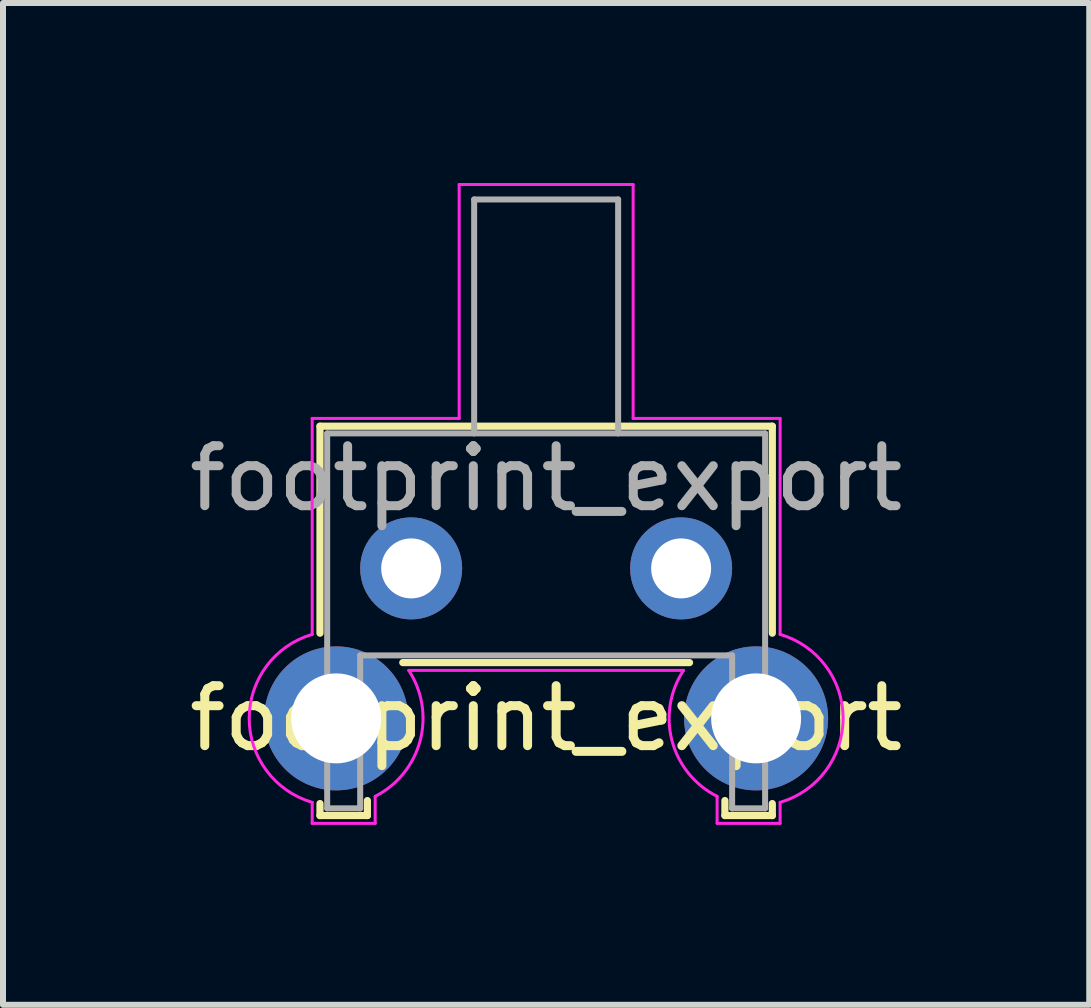
<source format=kicad_pcb>
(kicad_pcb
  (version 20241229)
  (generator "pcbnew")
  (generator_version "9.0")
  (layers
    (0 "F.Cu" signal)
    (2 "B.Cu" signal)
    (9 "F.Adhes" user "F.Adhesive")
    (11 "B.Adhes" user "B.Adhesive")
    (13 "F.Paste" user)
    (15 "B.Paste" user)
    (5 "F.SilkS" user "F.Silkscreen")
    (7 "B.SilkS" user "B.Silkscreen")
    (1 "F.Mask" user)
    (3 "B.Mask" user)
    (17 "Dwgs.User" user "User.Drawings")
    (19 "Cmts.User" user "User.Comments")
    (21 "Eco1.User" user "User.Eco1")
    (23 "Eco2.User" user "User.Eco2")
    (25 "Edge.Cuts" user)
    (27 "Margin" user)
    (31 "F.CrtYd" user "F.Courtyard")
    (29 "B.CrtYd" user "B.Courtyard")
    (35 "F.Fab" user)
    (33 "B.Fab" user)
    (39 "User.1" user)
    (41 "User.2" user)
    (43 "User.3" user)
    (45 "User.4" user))
  (footprint "footprint_export"
    (layer "F.Cu")
    (at 3.804 6.425)
    (property "Reference" "footprint_export" (at 2.25 2.5 0) (layer "F.SilkS") (effects (font (size 1 1) (thickness 0.15))))
    (attr through_hole)
    (fp_line (start -1.52 -2.37) (end -1.52 1.08) (stroke (width 0.12) (type solid)) (layer "F.SilkS"))
    (fp_line (start -1.52 3.92) (end -1.52 4.12) (stroke (width 0.12) (type solid)) (layer "F.SilkS"))
    (fp_line (start -0.73 4.12) (end -1.52 4.12) (stroke (width 0.12) (type solid)) (layer "F.SilkS"))
    (fp_line (start -0.73 4.12) (end -0.73 3.87) (stroke (width 0.12) (type solid)) (layer "F.SilkS"))
    (fp_line (start -0.14 1.57) (end 4.64 1.57) (stroke (width 0.12) (type solid)) (layer "F.SilkS"))
    (fp_line (start 5.23 4.12) (end 5.23 3.87) (stroke (width 0.12) (type solid)) (layer "F.SilkS"))
    (fp_line (start 6.02 -2.37) (end -1.52 -2.37) (stroke (width 0.12) (type solid)) (layer "F.SilkS"))
    (fp_line (start 6.02 1.08) (end 6.02 -2.37) (stroke (width 0.12) (type solid)) (layer "F.SilkS"))
    (fp_line (start 6.02 3.92) (end 6.02 4.12) (stroke (width 0.12) (type solid)) (layer "F.SilkS"))
    (fp_line (start 6.02 4.12) (end 5.23 4.12) (stroke (width 0.12) (type solid)) (layer "F.SilkS"))
    (fp_line (start -1.65 1.1) (end -1.65 -2.5) (stroke (width 0.05) (type solid)) (layer "F.CrtYd"))
    (fp_line (start -1.65 4.25) (end -1.65 3.9) (stroke (width 0.05) (type solid)) (layer "F.CrtYd"))
    (fp_line (start -0.6 4.25) (end -1.65 4.25) (stroke (width 0.05) (type solid)) (layer "F.CrtYd"))
    (fp_line (start -0.6 4.25) (end -0.6 3.8) (stroke (width 0.05) (type solid)) (layer "F.CrtYd"))
    (fp_line (start -0.04 1.7) (end 4.54 1.7) (stroke (width 0.05) (type solid)) (layer "F.CrtYd"))
    (fp_line (start 0.8 -6.4) (end 0.8 -2.5) (stroke (width 0.05) (type solid)) (layer "F.CrtYd"))
    (fp_line (start 0.8 -2.5) (end -1.65 -2.5) (stroke (width 0.05) (type solid)) (layer "F.CrtYd"))
    (fp_line (start 3.7 -6.4) (end 0.8 -6.4) (stroke (width 0.05) (type solid)) (layer "F.CrtYd"))
    (fp_line (start 3.7 -2.5) (end 3.7 -6.4) (stroke (width 0.05) (type solid)) (layer "F.CrtYd"))
    (fp_line (start 5.1 4.25) (end 5.1 3.8) (stroke (width 0.05) (type solid)) (layer "F.CrtYd"))
    (fp_line (start 5.1 4.25) (end 6.15 4.25) (stroke (width 0.05) (type solid)) (layer "F.CrtYd"))
    (fp_line (start 6.15 -2.5) (end 3.7 -2.5) (stroke (width 0.05) (type solid)) (layer "F.CrtYd"))
    (fp_line (start 6.15 1.1) (end 6.15 -2.5) (stroke (width 0.05) (type solid)) (layer "F.CrtYd"))
    (fp_line (start 6.15 4.25) (end 6.15 3.9) (stroke (width 0.05) (type solid)) (layer "F.CrtYd"))
    (fp_arc (start -1.65 3.9) (mid -2.7 2.5) (end -1.65 1.1) (stroke (width 0.05) (type solid)) (layer "F.CrtYd"))
    (fp_arc (start -0.04 1.7) (mid 0.15 2.87) (end -0.6 3.8) (stroke (width 0.05) (type solid)) (layer "F.CrtYd"))
    (fp_arc (start 5.1 3.8) (mid 4.35 2.88) (end 4.54 1.7) (stroke (width 0.05) (type solid)) (layer "F.CrtYd"))
    (fp_arc (start 6.15 1.1) (mid 7.2 2.5) (end 6.15 3.9) (stroke (width 0.05) (type solid)) (layer "F.CrtYd"))
    (fp_line (start -1.4 4) (end -1.4 -2.25) (stroke (width 0.1) (type solid)) (layer "F.Fab"))
    (fp_line (start -0.85 1.45) (end -0.85 4) (stroke (width 0.1) (type solid)) (layer "F.Fab"))
    (fp_line (start -0.85 4) (end -1.4 4) (stroke (width 0.1) (type solid)) (layer "F.Fab"))
    (fp_line (start 1.05 -6.15) (end 3.45 -6.15) (stroke (width 0.1) (type solid)) (layer "F.Fab"))
    (fp_line (start 1.05 -2.25) (end 1.05 -6.15) (stroke (width 0.1) (type solid)) (layer "F.Fab"))
    (fp_line (start 3.45 -2.25) (end 3.45 -6.15) (stroke (width 0.1) (type solid)) (layer "F.Fab"))
    (fp_line (start 5.35 1.45) (end -0.85 1.45) (stroke (width 0.1) (type solid)) (layer "F.Fab"))
    (fp_line (start 5.35 1.45) (end 5.35 4) (stroke (width 0.1) (type solid)) (layer "F.Fab"))
    (fp_line (start 5.9 -2.25) (end -1.4 -2.25) (stroke (width 0.1) (type solid)) (layer "F.Fab"))
    (fp_line (start 5.9 -2.25) (end 5.9 4) (stroke (width 0.1) (type solid)) (layer "F.Fab"))
    (fp_line (start 5.9 4) (end 5.35 4) (stroke (width 0.1) (type solid)) (layer "F.Fab"))
    (fp_text user "${REFERENCE}" (at 2.25 -1.5 0) (layer "F.Fab") (effects (font (size 1 1) (thickness 0.15))))
    (pad "" thru_hole circle (at -1.25 2.5 180) (size 2.4 2.4) (drill 1.5) (layers "*.Cu" "*.Mask"))
    (pad "" thru_hole circle (at 5.75 2.5 180) (size 2.4 2.4) (drill 1.5) (layers "*.Cu" "*.Mask"))
    (pad "1" thru_hole circle (at 0 0 180) (size 1.7 1.7) (drill 1) (layers "*.Cu" "*.Mask"))
    (pad "2" thru_hole circle (at 4.5 0 180) (size 1.7 1.7) (drill 1) (layers "*.Cu" "*.Mask")))
  (gr_rect
    (start -3 -3)
    (end 15.107 13.7)
    (stroke (width 0.1) (type default))
    (fill no)
    (layer "Edge.Cuts")))
</source>
